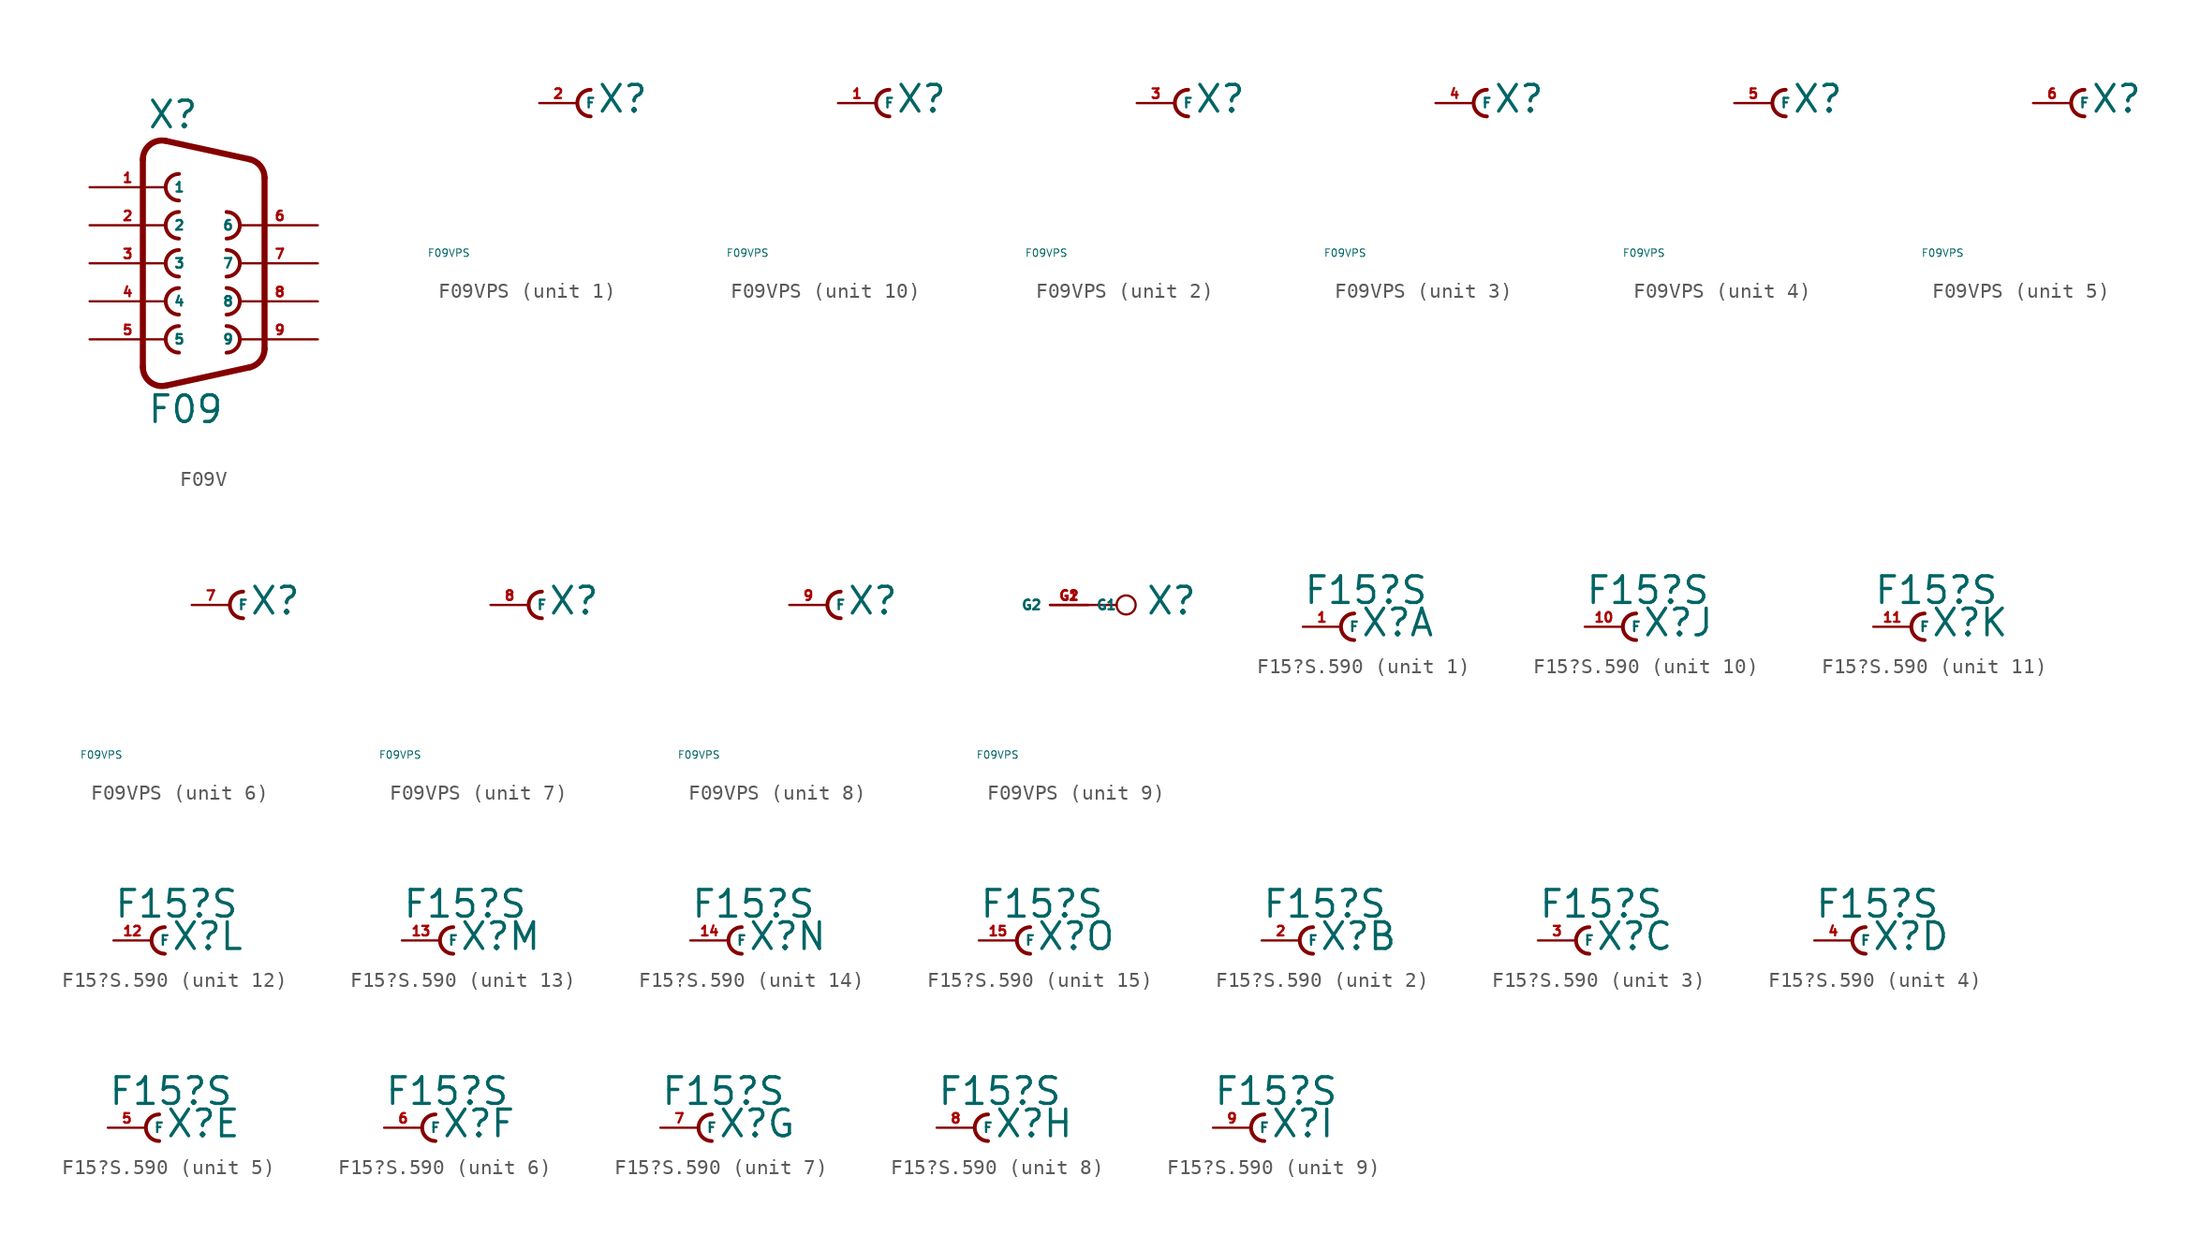
<source format=kicad_sym>
(kicad_symbol_lib
  (version 20220914)
  (generator Eagle2Kicad)
  (symbol "F09V"
    (property "Reference" "X"
      (at -3.81 8.89 0)
      (effects (font (size 1.778 1.778) (thickness 0.22)) (justify left bottom)))
    (property "Value" "F09"
      (at -3.81 -10.795 0)
      (effects (font (size 1.778 1.778) (thickness 0.22)) (justify left bottom)))
    (arc
      (start -1.651 3.429)
      (mid -2.540 2.540)
      (end -1.651 1.651)
      (stroke (width 0.254) (type default))
      (fill (type none)))
    (arc
      (start 1.524 1.651)
      (mid 2.413 2.540)
      (end 1.524 3.429)
      (stroke (width 0.254) (type default))
      (fill (type none)))
    (arc
      (start -1.651 5.969)
      (mid -2.540 5.080)
      (end -1.651 4.191)
      (stroke (width 0.254) (type default))
      (fill (type none)))
    (arc
      (start 1.524 -3.429)
      (mid 2.413 -2.540)
      (end 1.524 -1.651)
      (stroke (width 0.254) (type default))
      (fill (type none)))
    (arc
      (start -1.651 0.889)
      (mid -2.540 0.000)
      (end -1.651 -0.889)
      (stroke (width 0.254) (type default))
      (fill (type none)))
    (arc
      (start 1.524 -0.889)
      (mid 2.413 0.000)
      (end 1.524 0.889)
      (stroke (width 0.254) (type default))
      (fill (type none)))
    (arc
      (start -1.651 -1.651)
      (mid -2.540 -2.540)
      (end -1.651 -3.429)
      (stroke (width 0.254) (type default))
      (fill (type none)))
    (arc
      (start 1.524 -5.969)
      (mid 2.413 -5.080)
      (end 1.524 -4.191)
      (stroke (width 0.254) (type default))
      (fill (type none)))
    (arc
      (start -1.651 -4.191)
      (mid -2.540 -5.080)
      (end -1.651 -5.969)
      (stroke (width 0.254) (type default))
      (fill (type none)))
    (arc
      (start -2.5226 8.172)
      (mid -3.590 7.921)
      (end -4.064 6.9312)
      (stroke (width 0.4064) (type default))
      (fill (type none)))
    (polyline
      (pts (xy -2.523 8.172) (xy 3.065 6.949))
      (stroke (width 0.406) (type default))
      (fill (type none)))
    (arc
      (start 4.0642 5.7088)
      (mid 3.783 6.505)
      (end 3.0654 6.9495)
      (stroke (width 0.4064) (type default))
      (fill (type none)))
    (polyline
      (pts (xy 4.064 -5.709) (xy 4.064 5.709))
      (stroke (width 0.406) (type default))
      (fill (type none)))
    (arc
      (start 3.0654 -6.9494)
      (mid 3.783 -6.505)
      (end 4.064 -5.7088)
      (stroke (width 0.4064) (type default))
      (fill (type none)))
    (polyline
      (pts (xy -4.064 -6.931) (xy -4.064 6.931))
      (stroke (width 0.406) (type default))
      (fill (type none)))
    (polyline
      (pts (xy -2.523 -8.172) (xy 3.065 -6.949))
      (stroke (width 0.406) (type default))
      (fill (type none)))
    (arc
      (start -4.064 -6.9312)
      (mid -3.590 -7.921)
      (end -2.5226 -8.1719)
      (stroke (width 0.4064) (type default))
      (fill (type none)))
    (pin passive line
      (at -7.62 5.08 0)
      (length 5.08)
      (name "1" (effects (font (size 0.635 0.635) (thickness 0.08)) (justify left bottom)))
      (number "1" (effects (font (size 0.635 0.635) (thickness 0.08)) (justify left bottom))))
    (pin passive line
      (at 7.62 2.54 180)
      (length 5.08)
      (name "6" (effects (font (size 0.635 0.635) (thickness 0.08)) (justify left bottom)))
      (number "6" (effects (font (size 0.635 0.635) (thickness 0.08)) (justify left bottom))))
    (pin passive line
      (at -7.62 2.54 0)
      (length 5.08)
      (name "2" (effects (font (size 0.635 0.635) (thickness 0.08)) (justify left bottom)))
      (number "2" (effects (font (size 0.635 0.635) (thickness 0.08)) (justify left bottom))))
    (pin passive line
      (at 7.62 0 180)
      (length 5.08)
      (name "7" (effects (font (size 0.635 0.635) (thickness 0.08)) (justify left bottom)))
      (number "7" (effects (font (size 0.635 0.635) (thickness 0.08)) (justify left bottom))))
    (pin passive line
      (at -7.62 0 0)
      (length 5.08)
      (name "3" (effects (font (size 0.635 0.635) (thickness 0.08)) (justify left bottom)))
      (number "3" (effects (font (size 0.635 0.635) (thickness 0.08)) (justify left bottom))))
    (pin passive line
      (at 7.62 -2.54 180)
      (length 5.08)
      (name "8" (effects (font (size 0.635 0.635) (thickness 0.08)) (justify left bottom)))
      (number "8" (effects (font (size 0.635 0.635) (thickness 0.08)) (justify left bottom))))
    (pin passive line
      (at -7.62 -2.54 0)
      (length 5.08)
      (name "4" (effects (font (size 0.635 0.635) (thickness 0.08)) (justify left bottom)))
      (number "4" (effects (font (size 0.635 0.635) (thickness 0.08)) (justify left bottom))))
    (pin passive line
      (at 7.62 -5.08 180)
      (length 5.08)
      (name "9" (effects (font (size 0.635 0.635) (thickness 0.08)) (justify left bottom)))
      (number "9" (effects (font (size 0.635 0.635) (thickness 0.08)) (justify left bottom))))
    (pin passive line
      (at -7.62 -5.08 0)
      (length 5.08)
      (name "5" (effects (font (size 0.635 0.635) (thickness 0.08)) (justify left bottom)))
      (number "5" (effects (font (size 0.635 0.635) (thickness 0.08)) (justify left bottom)))))
  (symbol "F09VPS"
    (property "Reference" "X"
      (at 1.27 -0.762 0)
      (effects (font (size 1.778 1.778) (thickness 0.22)) (justify left bottom)))
    (property "Value" "F09VPS"
      (at -10 -10 0)
      (effects (font (size 0.5 0.5) (thickness 0.06)) (justify left)))
    (symbol "F09VPS_1_0"
      (arc (start 0.889 0.889) (mid 0.000 0.000) (end 0.889 -0.889) (stroke (width 0.254) (type default)) (fill (type none)))
      (pin passive line (at -2.54 0 0) (length 2.54) (name "F" (effects (font (size 0.635 0.635) (thickness 0.08)) (justify left bottom))) (number "2" (effects (font (size 0.635 0.635) (thickness 0.08)) (justify left bottom)))))
    (symbol "F09VPS_2_0"
      (arc (start 0.889 0.889) (mid 0.000 0.000) (end 0.889 -0.889) (stroke (width 0.254) (type default)) (fill (type none)))
      (pin passive line (at -2.54 0 0) (length 2.54) (name "F" (effects (font (size 0.635 0.635) (thickness 0.08)) (justify left bottom))) (number "3" (effects (font (size 0.635 0.635) (thickness 0.08)) (justify left bottom)))))
    (symbol "F09VPS_3_0"
      (arc (start 0.889 0.889) (mid 0.000 0.000) (end 0.889 -0.889) (stroke (width 0.254) (type default)) (fill (type none)))
      (pin passive line (at -2.54 0 0) (length 2.54) (name "F" (effects (font (size 0.635 0.635) (thickness 0.08)) (justify left bottom))) (number "4" (effects (font (size 0.635 0.635) (thickness 0.08)) (justify left bottom)))))
    (symbol "F09VPS_4_0"
      (arc (start 0.889 0.889) (mid 0.000 0.000) (end 0.889 -0.889) (stroke (width 0.254) (type default)) (fill (type none)))
      (pin passive line (at -2.54 0 0) (length 2.54) (name "F" (effects (font (size 0.635 0.635) (thickness 0.08)) (justify left bottom))) (number "5" (effects (font (size 0.635 0.635) (thickness 0.08)) (justify left bottom)))))
    (symbol "F09VPS_5_0"
      (arc (start 0.889 0.889) (mid 0.000 0.000) (end 0.889 -0.889) (stroke (width 0.254) (type default)) (fill (type none)))
      (pin passive line (at -2.54 0 0) (length 2.54) (name "F" (effects (font (size 0.635 0.635) (thickness 0.08)) (justify left bottom))) (number "6" (effects (font (size 0.635 0.635) (thickness 0.08)) (justify left bottom)))))
    (symbol "F09VPS_6_0"
      (arc (start 0.889 0.889) (mid 0.000 0.000) (end 0.889 -0.889) (stroke (width 0.254) (type default)) (fill (type none)))
      (pin passive line (at -2.54 0 0) (length 2.54) (name "F" (effects (font (size 0.635 0.635) (thickness 0.08)) (justify left bottom))) (number "7" (effects (font (size 0.635 0.635) (thickness 0.08)) (justify left bottom)))))
    (symbol "F09VPS_7_0"
      (arc (start 0.889 0.889) (mid 0.000 0.000) (end 0.889 -0.889) (stroke (width 0.254) (type default)) (fill (type none)))
      (pin passive line (at -2.54 0 0) (length 2.54) (name "F" (effects (font (size 0.635 0.635) (thickness 0.08)) (justify left bottom))) (number "8" (effects (font (size 0.635 0.635) (thickness 0.08)) (justify left bottom)))))
    (symbol "F09VPS_8_0"
      (arc (start 0.889 0.889) (mid 0.000 0.000) (end 0.889 -0.889) (stroke (width 0.254) (type default)) (fill (type none)))
      (pin passive line (at -2.54 0 0) (length 2.54) (name "F" (effects (font (size 0.635 0.635) (thickness 0.08)) (justify left bottom))) (number "9" (effects (font (size 0.635 0.635) (thickness 0.08)) (justify left bottom)))))
    (symbol "F09VPS_9_0"
      (polyline (pts (xy -2.54 0) (xy -0.635 0)) (stroke (width 0.152) (type default)) (fill (type none)))
      (circle (center 0 0) (radius 0.635) (stroke (width 0.152) (type default)) (fill (type none)))
      (pin passive line (at -5.08 0 0) (length 2.54) (name "G1" (effects (font (size 0.635 0.635) (thickness 0.08)) (justify left bottom))) (number "G1" (effects (font (size 0.635 0.635) (thickness 0.08)) (justify left bottom))))
      (pin passive line (at -2.54 0 180) (length 2.54) (name "G2" (effects (font (size 0.635 0.635) (thickness 0.08)) (justify left bottom))) (number "G2" (effects (font (size 0.635 0.635) (thickness 0.08)) (justify left bottom)))))
    (symbol "F09VPS_10_0"
      (arc (start 0.889 0.889) (mid 0.000 0.000) (end 0.889 -0.889) (stroke (width 0.254) (type default)) (fill (type none)))
      (pin passive line (at -2.54 0 0) (length 2.54) (name "F" (effects (font (size 0.635 0.635) (thickness 0.08)) (justify left bottom))) (number "1" (effects (font (size 0.635 0.635) (thickness 0.08)) (justify left bottom))))))
  (symbol "F15?S.590"
    (property "Reference" "X"
      (at 1.27 -0.762 0)
      (effects (font (size 1.778 1.778) (thickness 0.22)) (justify left bottom)))
    (property "Value" "F15?S"
      (at -2.54 1.397 0)
      (effects (font (size 1.778 1.778) (thickness 0.22)) (justify left bottom)))
    (symbol "F15?S.590_1_0"
      (arc (start 0.889 0.889) (mid 0.000 0.000) (end 0.889 -0.889) (stroke (width 0.254) (type default)) (fill (type none)))
      (pin passive line (at -2.54 0 0) (length 2.54) (name "F" (effects (font (size 0.635 0.635) (thickness 0.08)) (justify left bottom))) (number "1" (effects (font (size 0.635 0.635) (thickness 0.08)) (justify left bottom)))))
    (symbol "F15?S.590_2_0"
      (arc (start 0.889 0.889) (mid 0.000 0.000) (end 0.889 -0.889) (stroke (width 0.254) (type default)) (fill (type none)))
      (pin passive line (at -2.54 0 0) (length 2.54) (name "F" (effects (font (size 0.635 0.635) (thickness 0.08)) (justify left bottom))) (number "2" (effects (font (size 0.635 0.635) (thickness 0.08)) (justify left bottom)))))
    (symbol "F15?S.590_3_0"
      (arc (start 0.889 0.889) (mid 0.000 0.000) (end 0.889 -0.889) (stroke (width 0.254) (type default)) (fill (type none)))
      (pin passive line (at -2.54 0 0) (length 2.54) (name "F" (effects (font (size 0.635 0.635) (thickness 0.08)) (justify left bottom))) (number "3" (effects (font (size 0.635 0.635) (thickness 0.08)) (justify left bottom)))))
    (symbol "F15?S.590_4_0"
      (arc (start 0.889 0.889) (mid 0.000 0.000) (end 0.889 -0.889) (stroke (width 0.254) (type default)) (fill (type none)))
      (pin passive line (at -2.54 0 0) (length 2.54) (name "F" (effects (font (size 0.635 0.635) (thickness 0.08)) (justify left bottom))) (number "4" (effects (font (size 0.635 0.635) (thickness 0.08)) (justify left bottom)))))
    (symbol "F15?S.590_5_0"
      (arc (start 0.889 0.889) (mid 0.000 0.000) (end 0.889 -0.889) (stroke (width 0.254) (type default)) (fill (type none)))
      (pin passive line (at -2.54 0 0) (length 2.54) (name "F" (effects (font (size 0.635 0.635) (thickness 0.08)) (justify left bottom))) (number "5" (effects (font (size 0.635 0.635) (thickness 0.08)) (justify left bottom)))))
    (symbol "F15?S.590_6_0"
      (arc (start 0.889 0.889) (mid 0.000 0.000) (end 0.889 -0.889) (stroke (width 0.254) (type default)) (fill (type none)))
      (pin passive line (at -2.54 0 0) (length 2.54) (name "F" (effects (font (size 0.635 0.635) (thickness 0.08)) (justify left bottom))) (number "6" (effects (font (size 0.635 0.635) (thickness 0.08)) (justify left bottom)))))
    (symbol "F15?S.590_7_0"
      (arc (start 0.889 0.889) (mid 0.000 0.000) (end 0.889 -0.889) (stroke (width 0.254) (type default)) (fill (type none)))
      (pin passive line (at -2.54 0 0) (length 2.54) (name "F" (effects (font (size 0.635 0.635) (thickness 0.08)) (justify left bottom))) (number "7" (effects (font (size 0.635 0.635) (thickness 0.08)) (justify left bottom)))))
    (symbol "F15?S.590_8_0"
      (arc (start 0.889 0.889) (mid 0.000 0.000) (end 0.889 -0.889) (stroke (width 0.254) (type default)) (fill (type none)))
      (pin passive line (at -2.54 0 0) (length 2.54) (name "F" (effects (font (size 0.635 0.635) (thickness 0.08)) (justify left bottom))) (number "8" (effects (font (size 0.635 0.635) (thickness 0.08)) (justify left bottom)))))
    (symbol "F15?S.590_9_0"
      (arc (start 0.889 0.889) (mid 0.000 0.000) (end 0.889 -0.889) (stroke (width 0.254) (type default)) (fill (type none)))
      (pin passive line (at -2.54 0 0) (length 2.54) (name "F" (effects (font (size 0.635 0.635) (thickness 0.08)) (justify left bottom))) (number "9" (effects (font (size 0.635 0.635) (thickness 0.08)) (justify left bottom)))))
    (symbol "F15?S.590_10_0"
      (arc (start 0.889 0.889) (mid 0.000 0.000) (end 0.889 -0.889) (stroke (width 0.254) (type default)) (fill (type none)))
      (pin passive line (at -2.54 0 0) (length 2.54) (name "F" (effects (font (size 0.635 0.635) (thickness 0.08)) (justify left bottom))) (number "10" (effects (font (size 0.635 0.635) (thickness 0.08)) (justify left bottom)))))
    (symbol "F15?S.590_11_0"
      (arc (start 0.889 0.889) (mid 0.000 0.000) (end 0.889 -0.889) (stroke (width 0.254) (type default)) (fill (type none)))
      (pin passive line (at -2.54 0 0) (length 2.54) (name "F" (effects (font (size 0.635 0.635) (thickness 0.08)) (justify left bottom))) (number "11" (effects (font (size 0.635 0.635) (thickness 0.08)) (justify left bottom)))))
    (symbol "F15?S.590_12_0"
      (arc (start 0.889 0.889) (mid 0.000 0.000) (end 0.889 -0.889) (stroke (width 0.254) (type default)) (fill (type none)))
      (pin passive line (at -2.54 0 0) (length 2.54) (name "F" (effects (font (size 0.635 0.635) (thickness 0.08)) (justify left bottom))) (number "12" (effects (font (size 0.635 0.635) (thickness 0.08)) (justify left bottom)))))
    (symbol "F15?S.590_13_0"
      (arc (start 0.889 0.889) (mid 0.000 0.000) (end 0.889 -0.889) (stroke (width 0.254) (type default)) (fill (type none)))
      (pin passive line (at -2.54 0 0) (length 2.54) (name "F" (effects (font (size 0.635 0.635) (thickness 0.08)) (justify left bottom))) (number "13" (effects (font (size 0.635 0.635) (thickness 0.08)) (justify left bottom)))))
    (symbol "F15?S.590_14_0"
      (arc (start 0.889 0.889) (mid 0.000 0.000) (end 0.889 -0.889) (stroke (width 0.254) (type default)) (fill (type none)))
      (pin passive line (at -2.54 0 0) (length 2.54) (name "F" (effects (font (size 0.635 0.635) (thickness 0.08)) (justify left bottom))) (number "14" (effects (font (size 0.635 0.635) (thickness 0.08)) (justify left bottom)))))
    (symbol "F15?S.590_15_0"
      (arc (start 0.889 0.889) (mid 0.000 0.000) (end 0.889 -0.889) (stroke (width 0.254) (type default)) (fill (type none)))
      (pin passive line (at -2.54 0 0) (length 2.54) (name "F" (effects (font (size 0.635 0.635) (thickness 0.08)) (justify left bottom))) (number "15" (effects (font (size 0.635 0.635) (thickness 0.08)) (justify left bottom)))))))
</source>
